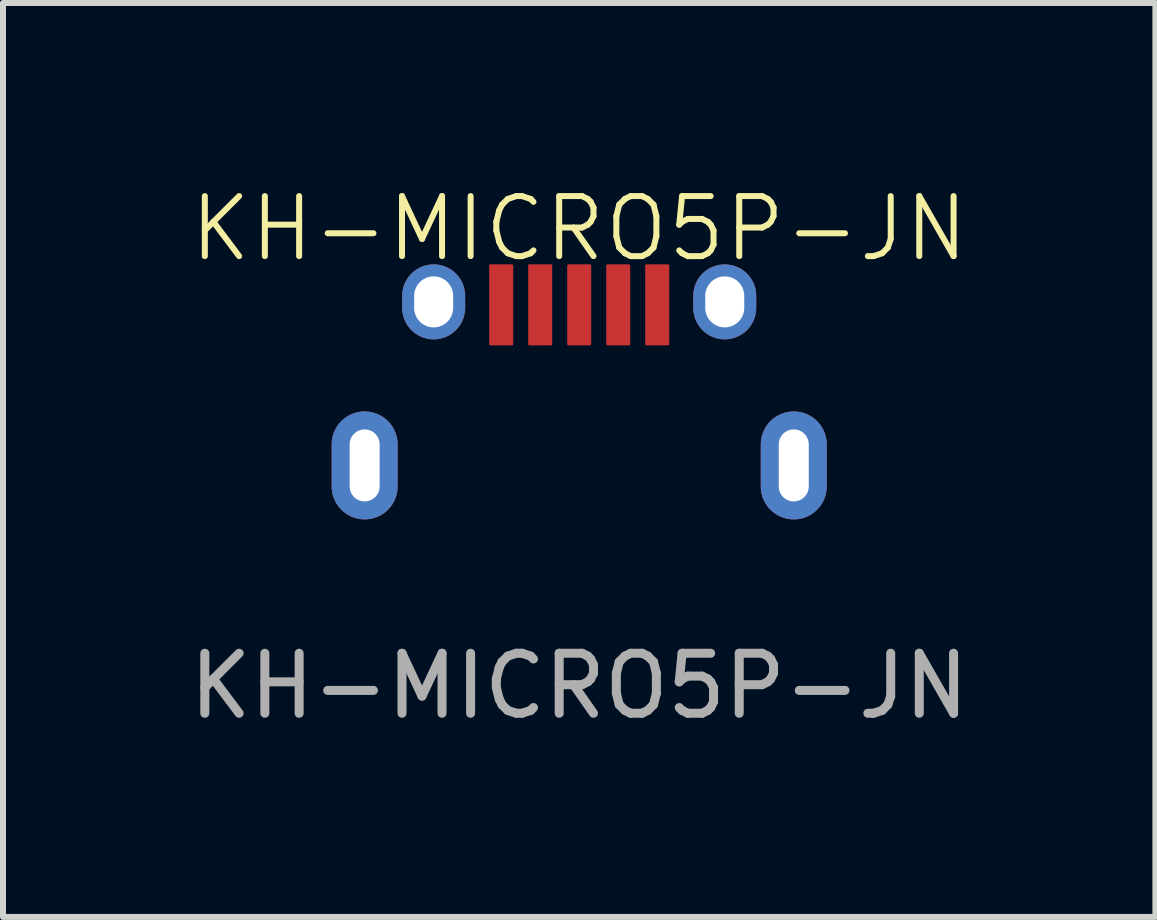
<source format=kicad_pcb>
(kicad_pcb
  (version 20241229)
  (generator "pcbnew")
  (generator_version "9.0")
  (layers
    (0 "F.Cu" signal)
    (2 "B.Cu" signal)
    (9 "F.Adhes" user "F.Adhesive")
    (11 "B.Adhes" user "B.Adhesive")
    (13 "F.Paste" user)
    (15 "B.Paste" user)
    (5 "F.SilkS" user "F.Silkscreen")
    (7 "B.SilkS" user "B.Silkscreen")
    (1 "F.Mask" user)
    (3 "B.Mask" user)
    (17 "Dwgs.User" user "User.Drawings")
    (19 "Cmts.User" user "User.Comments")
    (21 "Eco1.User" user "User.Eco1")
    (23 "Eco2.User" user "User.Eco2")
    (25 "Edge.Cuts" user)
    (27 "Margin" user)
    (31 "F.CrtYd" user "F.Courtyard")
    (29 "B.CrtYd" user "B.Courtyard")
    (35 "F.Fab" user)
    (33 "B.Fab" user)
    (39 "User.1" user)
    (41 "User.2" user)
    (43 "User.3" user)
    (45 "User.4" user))
  (footprint "KH-MICRO5P-JN"
    (layer "F.Cu")
    (at 6.601 2.03)
    (property "Reference" "KH-MICRO5P-JN" (at 0 -1.27 0) (unlocked yes) (layer "F.SilkS") (effects (font (size 1 1) (thickness 0.1))))
    (attr smd)
    (fp_text user "${REFERENCE}" (at 0 6.35 0) (unlocked yes) (layer "F.Fab") (effects (font (size 1 1) (thickness 0.15))))
    (pad "1" smd roundrect (at -1.3 0) (size 0.4 1.35) (layers "F.Cu" "F.Mask" "F.Paste") (roundrect_rratio 0.05))
    (pad "2" smd roundrect (at -0.65 0) (size 0.4 1.35) (layers "F.Cu" "F.Mask" "F.Paste") (roundrect_rratio 0.05))
    (pad "3" smd roundrect (at 0 0) (size 0.4 1.35) (layers "F.Cu" "F.Mask" "F.Paste") (roundrect_rratio 0.05))
    (pad "4" smd roundrect (at 0.65 0) (size 0.4 1.35) (layers "F.Cu" "F.Mask" "F.Paste") (roundrect_rratio 0.05))
    (pad "5" smd roundrect (at 1.3 0) (size 0.4 1.35) (layers "F.Cu" "F.Mask" "F.Paste") (roundrect_rratio 0.05))
    (pad "6" thru_hole oval (at -3.575 2.675) (size 1.1 1.8) (drill oval 0.5 1.2) (layers "*.Cu" "*.Mask"))
    (pad "6" thru_hole oval (at -2.425 -0.05) (size 1.05 1.25) (drill oval 0.65 0.85) (layers "*.Cu" "*.Mask"))
    (pad "6" thru_hole oval (at 2.425 -0.05) (size 1.05 1.25) (drill oval 0.65 0.85) (layers "*.Cu" "*.Mask"))
    (pad "6" thru_hole oval (at 3.575 2.675) (size 1.1 1.8) (drill oval 0.5 1.2) (layers "*.Cu" "*.Mask")))
  (gr_rect
    (start -3 -3)
    (end 16.202 12.229)
    (stroke (width 0.1) (type default))
    (fill no)
    (layer "Edge.Cuts")))
</source>
